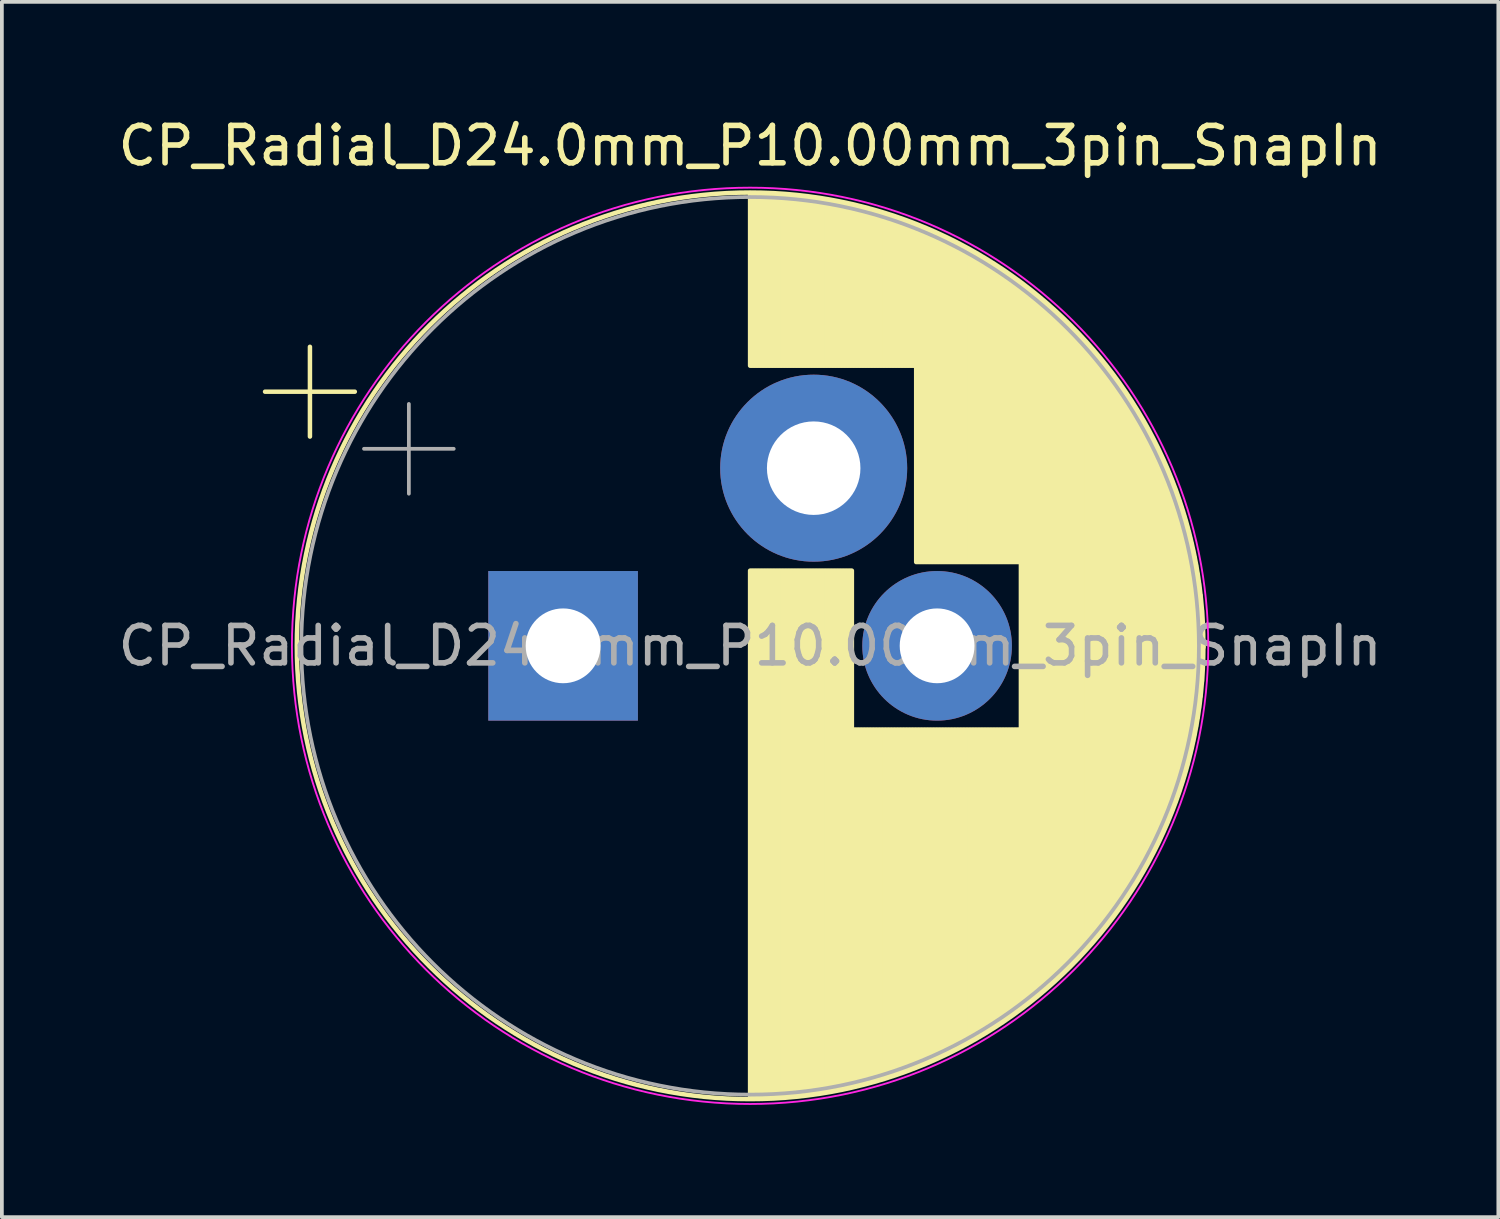
<source format=kicad_pcb>
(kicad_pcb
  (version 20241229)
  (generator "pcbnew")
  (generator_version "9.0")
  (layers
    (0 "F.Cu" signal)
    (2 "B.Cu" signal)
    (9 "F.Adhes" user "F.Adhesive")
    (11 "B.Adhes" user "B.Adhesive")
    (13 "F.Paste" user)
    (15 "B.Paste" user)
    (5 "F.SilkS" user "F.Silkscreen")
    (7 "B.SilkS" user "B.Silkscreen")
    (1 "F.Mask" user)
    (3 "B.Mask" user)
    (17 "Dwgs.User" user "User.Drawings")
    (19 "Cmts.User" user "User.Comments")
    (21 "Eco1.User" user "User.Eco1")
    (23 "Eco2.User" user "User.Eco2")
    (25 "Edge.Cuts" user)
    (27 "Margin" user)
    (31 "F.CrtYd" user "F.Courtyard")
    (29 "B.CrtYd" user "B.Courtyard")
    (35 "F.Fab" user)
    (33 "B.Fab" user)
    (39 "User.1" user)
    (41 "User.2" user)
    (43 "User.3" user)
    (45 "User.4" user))
  (footprint "CP_Radial_D24.0mm_P10.00mm_3pin_SnapIn"
    (layer "F.Cu")
    (at 12.006 14.218)
    (property "Reference" "CP_Radial_D24.0mm_P10.00mm_3pin_SnapIn" (at 5 -13.37 0) (layer "F.SilkS") (effects (font (size 1 1) (thickness 0.15))))
    (attr through_hole)
    (fp_line (start -7.969 -6.795) (end -5.569 -6.795) (stroke (width 0.12) (type solid)) (layer "F.SilkS"))
    (fp_line (start -6.769 -7.995) (end -6.769 -5.595) (stroke (width 0.12) (type solid)) (layer "F.SilkS"))
    (fp_line (start 5 -12.081) (end 5 -7.49) (stroke (width 0.12) (type solid)) (layer "F.SilkS"))
    (fp_line (start 5 -2.01) (end 5 12.081) (stroke (width 0.12) (type solid)) (layer "F.SilkS"))
    (fp_line (start 5.04 -12.08) (end 5.04 -7.49) (stroke (width 0.12) (type solid)) (layer "F.SilkS"))
    (fp_line (start 5.04 -2.01) (end 5.04 12.08) (stroke (width 0.12) (type solid)) (layer "F.SilkS"))
    (fp_line (start 5.08 -12.08) (end 5.08 -7.49) (stroke (width 0.12) (type solid)) (layer "F.SilkS"))
    (fp_line (start 5.08 -2.01) (end 5.08 12.08) (stroke (width 0.12) (type solid)) (layer "F.SilkS"))
    (fp_line (start 5.12 -12.08) (end 5.12 -7.49) (stroke (width 0.12) (type solid)) (layer "F.SilkS"))
    (fp_line (start 5.12 -2.01) (end 5.12 12.08) (stroke (width 0.12) (type solid)) (layer "F.SilkS"))
    (fp_line (start 5.16 -12.079) (end 5.16 -7.49) (stroke (width 0.12) (type solid)) (layer "F.SilkS"))
    (fp_line (start 5.16 -2.01) (end 5.16 12.079) (stroke (width 0.12) (type solid)) (layer "F.SilkS"))
    (fp_line (start 5.2 -12.079) (end 5.2 -7.49) (stroke (width 0.12) (type solid)) (layer "F.SilkS"))
    (fp_line (start 5.2 -2.01) (end 5.2 12.079) (stroke (width 0.12) (type solid)) (layer "F.SilkS"))
    (fp_line (start 5.24 -12.078) (end 5.24 -7.49) (stroke (width 0.12) (type solid)) (layer "F.SilkS"))
    (fp_line (start 5.24 -2.01) (end 5.24 12.078) (stroke (width 0.12) (type solid)) (layer "F.SilkS"))
    (fp_line (start 5.28 -12.077) (end 5.28 -7.49) (stroke (width 0.12) (type solid)) (layer "F.SilkS"))
    (fp_line (start 5.28 -2.01) (end 5.28 12.077) (stroke (width 0.12) (type solid)) (layer "F.SilkS"))
    (fp_line (start 5.32 -12.076) (end 5.32 -7.49) (stroke (width 0.12) (type solid)) (layer "F.SilkS"))
    (fp_line (start 5.32 -2.01) (end 5.32 12.076) (stroke (width 0.12) (type solid)) (layer "F.SilkS"))
    (fp_line (start 5.36 -12.075) (end 5.36 -7.49) (stroke (width 0.12) (type solid)) (layer "F.SilkS"))
    (fp_line (start 5.36 -2.01) (end 5.36 12.075) (stroke (width 0.12) (type solid)) (layer "F.SilkS"))
    (fp_line (start 5.4 -12.074) (end 5.4 -7.49) (stroke (width 0.12) (type solid)) (layer "F.SilkS"))
    (fp_line (start 5.4 -2.01) (end 5.4 12.074) (stroke (width 0.12) (type solid)) (layer "F.SilkS"))
    (fp_line (start 5.44 -12.073) (end 5.44 -7.49) (stroke (width 0.12) (type solid)) (layer "F.SilkS"))
    (fp_line (start 5.44 -2.01) (end 5.44 12.073) (stroke (width 0.12) (type solid)) (layer "F.SilkS"))
    (fp_line (start 5.48 -12.071) (end 5.48 -7.49) (stroke (width 0.12) (type solid)) (layer "F.SilkS"))
    (fp_line (start 5.48 -2.01) (end 5.48 12.071) (stroke (width 0.12) (type solid)) (layer "F.SilkS"))
    (fp_line (start 5.52 -12.069) (end 5.52 -7.49) (stroke (width 0.12) (type solid)) (layer "F.SilkS"))
    (fp_line (start 5.52 -2.01) (end 5.52 12.069) (stroke (width 0.12) (type solid)) (layer "F.SilkS"))
    (fp_line (start 5.56 -12.068) (end 5.56 -7.49) (stroke (width 0.12) (type solid)) (layer "F.SilkS"))
    (fp_line (start 5.56 -2.01) (end 5.56 12.068) (stroke (width 0.12) (type solid)) (layer "F.SilkS"))
    (fp_line (start 5.6 -12.066) (end 5.6 -7.49) (stroke (width 0.12) (type solid)) (layer "F.SilkS"))
    (fp_line (start 5.6 -2.01) (end 5.6 12.066) (stroke (width 0.12) (type solid)) (layer "F.SilkS"))
    (fp_line (start 5.64 -12.064) (end 5.64 -7.49) (stroke (width 0.12) (type solid)) (layer "F.SilkS"))
    (fp_line (start 5.64 -2.01) (end 5.64 12.064) (stroke (width 0.12) (type solid)) (layer "F.SilkS"))
    (fp_line (start 5.68 -12.061) (end 5.68 -7.49) (stroke (width 0.12) (type solid)) (layer "F.SilkS"))
    (fp_line (start 5.68 -2.01) (end 5.68 12.061) (stroke (width 0.12) (type solid)) (layer "F.SilkS"))
    (fp_line (start 5.721 -12.059) (end 5.721 -7.49) (stroke (width 0.12) (type solid)) (layer "F.SilkS"))
    (fp_line (start 5.721 -2.01) (end 5.721 12.059) (stroke (width 0.12) (type solid)) (layer "F.SilkS"))
    (fp_line (start 5.761 -12.057) (end 5.761 -7.49) (stroke (width 0.12) (type solid)) (layer "F.SilkS"))
    (fp_line (start 5.761 -2.01) (end 5.761 12.057) (stroke (width 0.12) (type solid)) (layer "F.SilkS"))
    (fp_line (start 5.801 -12.054) (end 5.801 -7.49) (stroke (width 0.12) (type solid)) (layer "F.SilkS"))
    (fp_line (start 5.801 -2.01) (end 5.801 12.054) (stroke (width 0.12) (type solid)) (layer "F.SilkS"))
    (fp_line (start 5.841 -12.051) (end 5.841 -7.49) (stroke (width 0.12) (type solid)) (layer "F.SilkS"))
    (fp_line (start 5.841 -2.01) (end 5.841 12.051) (stroke (width 0.12) (type solid)) (layer "F.SilkS"))
    (fp_line (start 5.881 -12.049) (end 5.881 -7.49) (stroke (width 0.12) (type solid)) (layer "F.SilkS"))
    (fp_line (start 5.881 -2.01) (end 5.881 12.049) (stroke (width 0.12) (type solid)) (layer "F.SilkS"))
    (fp_line (start 5.921 -12.046) (end 5.921 -7.49) (stroke (width 0.12) (type solid)) (layer "F.SilkS"))
    (fp_line (start 5.921 -2.01) (end 5.921 12.046) (stroke (width 0.12) (type solid)) (layer "F.SilkS"))
    (fp_line (start 5.961 -12.042) (end 5.961 -7.49) (stroke (width 0.12) (type solid)) (layer "F.SilkS"))
    (fp_line (start 5.961 -2.01) (end 5.961 12.042) (stroke (width 0.12) (type solid)) (layer "F.SilkS"))
    (fp_line (start 6.001 -12.039) (end 6.001 -7.49) (stroke (width 0.12) (type solid)) (layer "F.SilkS"))
    (fp_line (start 6.001 -2.01) (end 6.001 12.039) (stroke (width 0.12) (type solid)) (layer "F.SilkS"))
    (fp_line (start 6.041 -12.036) (end 6.041 -7.49) (stroke (width 0.12) (type solid)) (layer "F.SilkS"))
    (fp_line (start 6.041 -2.01) (end 6.041 12.036) (stroke (width 0.12) (type solid)) (layer "F.SilkS"))
    (fp_line (start 6.081 -12.032) (end 6.081 -7.49) (stroke (width 0.12) (type solid)) (layer "F.SilkS"))
    (fp_line (start 6.081 -2.01) (end 6.081 12.032) (stroke (width 0.12) (type solid)) (layer "F.SilkS"))
    (fp_line (start 6.121 -12.029) (end 6.121 -7.49) (stroke (width 0.12) (type solid)) (layer "F.SilkS"))
    (fp_line (start 6.121 -2.01) (end 6.121 12.029) (stroke (width 0.12) (type solid)) (layer "F.SilkS"))
    (fp_line (start 6.161 -12.025) (end 6.161 -7.49) (stroke (width 0.12) (type solid)) (layer "F.SilkS"))
    (fp_line (start 6.161 -2.01) (end 6.161 12.025) (stroke (width 0.12) (type solid)) (layer "F.SilkS"))
    (fp_line (start 6.201 -12.021) (end 6.201 -7.49) (stroke (width 0.12) (type solid)) (layer "F.SilkS"))
    (fp_line (start 6.201 -2.01) (end 6.201 12.021) (stroke (width 0.12) (type solid)) (layer "F.SilkS"))
    (fp_line (start 6.241 -12.017) (end 6.241 -7.49) (stroke (width 0.12) (type solid)) (layer "F.SilkS"))
    (fp_line (start 6.241 -2.01) (end 6.241 12.017) (stroke (width 0.12) (type solid)) (layer "F.SilkS"))
    (fp_line (start 6.281 -12.013) (end 6.281 -7.49) (stroke (width 0.12) (type solid)) (layer "F.SilkS"))
    (fp_line (start 6.281 -2.01) (end 6.281 12.013) (stroke (width 0.12) (type solid)) (layer "F.SilkS"))
    (fp_line (start 6.321 -12.008) (end 6.321 -7.49) (stroke (width 0.12) (type solid)) (layer "F.SilkS"))
    (fp_line (start 6.321 -2.01) (end 6.321 12.008) (stroke (width 0.12) (type solid)) (layer "F.SilkS"))
    (fp_line (start 6.361 -12.004) (end 6.361 -7.49) (stroke (width 0.12) (type solid)) (layer "F.SilkS"))
    (fp_line (start 6.361 -2.01) (end 6.361 12.004) (stroke (width 0.12) (type solid)) (layer "F.SilkS"))
    (fp_line (start 6.401 -11.999) (end 6.401 -7.49) (stroke (width 0.12) (type solid)) (layer "F.SilkS"))
    (fp_line (start 6.401 -2.01) (end 6.401 11.999) (stroke (width 0.12) (type solid)) (layer "F.SilkS"))
    (fp_line (start 6.441 -11.995) (end 6.441 -7.49) (stroke (width 0.12) (type solid)) (layer "F.SilkS"))
    (fp_line (start 6.441 -2.01) (end 6.441 11.995) (stroke (width 0.12) (type solid)) (layer "F.SilkS"))
    (fp_line (start 6.481 -11.99) (end 6.481 -7.49) (stroke (width 0.12) (type solid)) (layer "F.SilkS"))
    (fp_line (start 6.481 -2.01) (end 6.481 11.99) (stroke (width 0.12) (type solid)) (layer "F.SilkS"))
    (fp_line (start 6.521 -11.985) (end 6.521 -7.49) (stroke (width 0.12) (type solid)) (layer "F.SilkS"))
    (fp_line (start 6.521 -2.01) (end 6.521 11.985) (stroke (width 0.12) (type solid)) (layer "F.SilkS"))
    (fp_line (start 6.561 -11.98) (end 6.561 -7.49) (stroke (width 0.12) (type solid)) (layer "F.SilkS"))
    (fp_line (start 6.561 -2.01) (end 6.561 11.98) (stroke (width 0.12) (type solid)) (layer "F.SilkS"))
    (fp_line (start 6.601 -11.974) (end 6.601 -7.49) (stroke (width 0.12) (type solid)) (layer "F.SilkS"))
    (fp_line (start 6.601 -2.01) (end 6.601 11.974) (stroke (width 0.12) (type solid)) (layer "F.SilkS"))
    (fp_line (start 6.641 -11.969) (end 6.641 -7.49) (stroke (width 0.12) (type solid)) (layer "F.SilkS"))
    (fp_line (start 6.641 -2.01) (end 6.641 11.969) (stroke (width 0.12) (type solid)) (layer "F.SilkS"))
    (fp_line (start 6.681 -11.963) (end 6.681 -7.49) (stroke (width 0.12) (type solid)) (layer "F.SilkS"))
    (fp_line (start 6.681 -2.01) (end 6.681 11.963) (stroke (width 0.12) (type solid)) (layer "F.SilkS"))
    (fp_line (start 6.721 -11.958) (end 6.721 -7.49) (stroke (width 0.12) (type solid)) (layer "F.SilkS"))
    (fp_line (start 6.721 -2.01) (end 6.721 11.958) (stroke (width 0.12) (type solid)) (layer "F.SilkS"))
    (fp_line (start 6.761 -11.952) (end 6.761 -7.49) (stroke (width 0.12) (type solid)) (layer "F.SilkS"))
    (fp_line (start 6.761 -2.01) (end 6.761 11.952) (stroke (width 0.12) (type solid)) (layer "F.SilkS"))
    (fp_line (start 6.801 -11.946) (end 6.801 -7.49) (stroke (width 0.12) (type solid)) (layer "F.SilkS"))
    (fp_line (start 6.801 -2.01) (end 6.801 11.946) (stroke (width 0.12) (type solid)) (layer "F.SilkS"))
    (fp_line (start 6.841 -11.94) (end 6.841 -7.49) (stroke (width 0.12) (type solid)) (layer "F.SilkS"))
    (fp_line (start 6.841 -2.01) (end 6.841 11.94) (stroke (width 0.12) (type solid)) (layer "F.SilkS"))
    (fp_line (start 6.881 -11.934) (end 6.881 -7.49) (stroke (width 0.12) (type solid)) (layer "F.SilkS"))
    (fp_line (start 6.881 -2.01) (end 6.881 11.934) (stroke (width 0.12) (type solid)) (layer "F.SilkS"))
    (fp_line (start 6.921 -11.927) (end 6.921 -7.49) (stroke (width 0.12) (type solid)) (layer "F.SilkS"))
    (fp_line (start 6.921 -2.01) (end 6.921 11.927) (stroke (width 0.12) (type solid)) (layer "F.SilkS"))
    (fp_line (start 6.961 -11.921) (end 6.961 -7.49) (stroke (width 0.12) (type solid)) (layer "F.SilkS"))
    (fp_line (start 6.961 -2.01) (end 6.961 11.921) (stroke (width 0.12) (type solid)) (layer "F.SilkS"))
    (fp_line (start 7.001 -11.914) (end 7.001 -7.49) (stroke (width 0.12) (type solid)) (layer "F.SilkS"))
    (fp_line (start 7.001 -2.01) (end 7.001 11.914) (stroke (width 0.12) (type solid)) (layer "F.SilkS"))
    (fp_line (start 7.041 -11.908) (end 7.041 -7.49) (stroke (width 0.12) (type solid)) (layer "F.SilkS"))
    (fp_line (start 7.041 -2.01) (end 7.041 11.908) (stroke (width 0.12) (type solid)) (layer "F.SilkS"))
    (fp_line (start 7.081 -11.901) (end 7.081 -7.49) (stroke (width 0.12) (type solid)) (layer "F.SilkS"))
    (fp_line (start 7.081 -2.01) (end 7.081 11.901) (stroke (width 0.12) (type solid)) (layer "F.SilkS"))
    (fp_line (start 7.121 -11.894) (end 7.121 -7.49) (stroke (width 0.12) (type solid)) (layer "F.SilkS"))
    (fp_line (start 7.121 -2.01) (end 7.121 11.894) (stroke (width 0.12) (type solid)) (layer "F.SilkS"))
    (fp_line (start 7.161 -11.886) (end 7.161 -7.49) (stroke (width 0.12) (type solid)) (layer "F.SilkS"))
    (fp_line (start 7.161 -2.01) (end 7.161 11.886) (stroke (width 0.12) (type solid)) (layer "F.SilkS"))
    (fp_line (start 7.201 -11.879) (end 7.201 -7.49) (stroke (width 0.12) (type solid)) (layer "F.SilkS"))
    (fp_line (start 7.201 -2.01) (end 7.201 11.879) (stroke (width 0.12) (type solid)) (layer "F.SilkS"))
    (fp_line (start 7.241 -11.872) (end 7.241 -7.49) (stroke (width 0.12) (type solid)) (layer "F.SilkS"))
    (fp_line (start 7.241 -2.01) (end 7.241 11.872) (stroke (width 0.12) (type solid)) (layer "F.SilkS"))
    (fp_line (start 7.281 -11.864) (end 7.281 -7.49) (stroke (width 0.12) (type solid)) (layer "F.SilkS"))
    (fp_line (start 7.281 -2.01) (end 7.281 11.864) (stroke (width 0.12) (type solid)) (layer "F.SilkS"))
    (fp_line (start 7.321 -11.856) (end 7.321 -7.49) (stroke (width 0.12) (type solid)) (layer "F.SilkS"))
    (fp_line (start 7.321 -2.01) (end 7.321 11.856) (stroke (width 0.12) (type solid)) (layer "F.SilkS"))
    (fp_line (start 7.361 -11.849) (end 7.361 -7.49) (stroke (width 0.12) (type solid)) (layer "F.SilkS"))
    (fp_line (start 7.361 -2.01) (end 7.361 11.849) (stroke (width 0.12) (type solid)) (layer "F.SilkS"))
    (fp_line (start 7.401 -11.841) (end 7.401 -7.49) (stroke (width 0.12) (type solid)) (layer "F.SilkS"))
    (fp_line (start 7.401 -2.01) (end 7.401 11.841) (stroke (width 0.12) (type solid)) (layer "F.SilkS"))
    (fp_line (start 7.441 -11.832) (end 7.441 -7.49) (stroke (width 0.12) (type solid)) (layer "F.SilkS"))
    (fp_line (start 7.441 -2.01) (end 7.441 11.832) (stroke (width 0.12) (type solid)) (layer "F.SilkS"))
    (fp_line (start 7.481 -11.824) (end 7.481 -7.49) (stroke (width 0.12) (type solid)) (layer "F.SilkS"))
    (fp_line (start 7.481 -2.01) (end 7.481 11.824) (stroke (width 0.12) (type solid)) (layer "F.SilkS"))
    (fp_line (start 7.521 -11.816) (end 7.521 -7.49) (stroke (width 0.12) (type solid)) (layer "F.SilkS"))
    (fp_line (start 7.521 -2.01) (end 7.521 11.816) (stroke (width 0.12) (type solid)) (layer "F.SilkS"))
    (fp_line (start 7.561 -11.807) (end 7.561 -7.49) (stroke (width 0.12) (type solid)) (layer "F.SilkS"))
    (fp_line (start 7.561 -2.01) (end 7.561 11.807) (stroke (width 0.12) (type solid)) (layer "F.SilkS"))
    (fp_line (start 7.601 -11.798) (end 7.601 -7.49) (stroke (width 0.12) (type solid)) (layer "F.SilkS"))
    (fp_line (start 7.601 -2.01) (end 7.601 11.798) (stroke (width 0.12) (type solid)) (layer "F.SilkS"))
    (fp_line (start 7.641 -11.789) (end 7.641 -7.49) (stroke (width 0.12) (type solid)) (layer "F.SilkS"))
    (fp_line (start 7.641 -2.01) (end 7.641 11.789) (stroke (width 0.12) (type solid)) (layer "F.SilkS"))
    (fp_line (start 7.681 -11.78) (end 7.681 -7.49) (stroke (width 0.12) (type solid)) (layer "F.SilkS"))
    (fp_line (start 7.681 -2.01) (end 7.681 11.78) (stroke (width 0.12) (type solid)) (layer "F.SilkS"))
    (fp_line (start 7.721 -11.771) (end 7.721 -7.49) (stroke (width 0.12) (type solid)) (layer "F.SilkS"))
    (fp_line (start 7.721 -2.01) (end 7.721 11.771) (stroke (width 0.12) (type solid)) (layer "F.SilkS"))
    (fp_line (start 7.761 -11.762) (end 7.761 -7.49) (stroke (width 0.12) (type solid)) (layer "F.SilkS"))
    (fp_line (start 7.761 2.24) (end 7.761 11.762) (stroke (width 0.12) (type solid)) (layer "F.SilkS"))
    (fp_line (start 7.801 -11.753) (end 7.801 -7.49) (stroke (width 0.12) (type solid)) (layer "F.SilkS"))
    (fp_line (start 7.801 2.24) (end 7.801 11.753) (stroke (width 0.12) (type solid)) (layer "F.SilkS"))
    (fp_line (start 7.841 -11.743) (end 7.841 -7.49) (stroke (width 0.12) (type solid)) (layer "F.SilkS"))
    (fp_line (start 7.841 2.24) (end 7.841 11.743) (stroke (width 0.12) (type solid)) (layer "F.SilkS"))
    (fp_line (start 7.881 -11.733) (end 7.881 -7.49) (stroke (width 0.12) (type solid)) (layer "F.SilkS"))
    (fp_line (start 7.881 2.24) (end 7.881 11.733) (stroke (width 0.12) (type solid)) (layer "F.SilkS"))
    (fp_line (start 7.921 -11.723) (end 7.921 -7.49) (stroke (width 0.12) (type solid)) (layer "F.SilkS"))
    (fp_line (start 7.921 2.24) (end 7.921 11.723) (stroke (width 0.12) (type solid)) (layer "F.SilkS"))
    (fp_line (start 7.961 -11.713) (end 7.961 -7.49) (stroke (width 0.12) (type solid)) (layer "F.SilkS"))
    (fp_line (start 7.961 2.24) (end 7.961 11.713) (stroke (width 0.12) (type solid)) (layer "F.SilkS"))
    (fp_line (start 8.001 -11.703) (end 8.001 -7.49) (stroke (width 0.12) (type solid)) (layer "F.SilkS"))
    (fp_line (start 8.001 2.24) (end 8.001 11.703) (stroke (width 0.12) (type solid)) (layer "F.SilkS"))
    (fp_line (start 8.041 -11.693) (end 8.041 -7.49) (stroke (width 0.12) (type solid)) (layer "F.SilkS"))
    (fp_line (start 8.041 2.24) (end 8.041 11.693) (stroke (width 0.12) (type solid)) (layer "F.SilkS"))
    (fp_line (start 8.081 -11.683) (end 8.081 -7.49) (stroke (width 0.12) (type solid)) (layer "F.SilkS"))
    (fp_line (start 8.081 2.24) (end 8.081 11.683) (stroke (width 0.12) (type solid)) (layer "F.SilkS"))
    (fp_line (start 8.121 -11.672) (end 8.121 -7.49) (stroke (width 0.12) (type solid)) (layer "F.SilkS"))
    (fp_line (start 8.121 2.24) (end 8.121 11.672) (stroke (width 0.12) (type solid)) (layer "F.SilkS"))
    (fp_line (start 8.161 -11.661) (end 8.161 -7.49) (stroke (width 0.12) (type solid)) (layer "F.SilkS"))
    (fp_line (start 8.161 2.24) (end 8.161 11.661) (stroke (width 0.12) (type solid)) (layer "F.SilkS"))
    (fp_line (start 8.201 -11.65) (end 8.201 -7.49) (stroke (width 0.12) (type solid)) (layer "F.SilkS"))
    (fp_line (start 8.201 2.24) (end 8.201 11.65) (stroke (width 0.12) (type solid)) (layer "F.SilkS"))
    (fp_line (start 8.241 -11.639) (end 8.241 -7.49) (stroke (width 0.12) (type solid)) (layer "F.SilkS"))
    (fp_line (start 8.241 2.24) (end 8.241 11.639) (stroke (width 0.12) (type solid)) (layer "F.SilkS"))
    (fp_line (start 8.281 -11.628) (end 8.281 -7.49) (stroke (width 0.12) (type solid)) (layer "F.SilkS"))
    (fp_line (start 8.281 2.24) (end 8.281 11.628) (stroke (width 0.12) (type solid)) (layer "F.SilkS"))
    (fp_line (start 8.321 -11.617) (end 8.321 -7.49) (stroke (width 0.12) (type solid)) (layer "F.SilkS"))
    (fp_line (start 8.321 2.24) (end 8.321 11.617) (stroke (width 0.12) (type solid)) (layer "F.SilkS"))
    (fp_line (start 8.361 -11.605) (end 8.361 -7.49) (stroke (width 0.12) (type solid)) (layer "F.SilkS"))
    (fp_line (start 8.361 2.24) (end 8.361 11.605) (stroke (width 0.12) (type solid)) (layer "F.SilkS"))
    (fp_line (start 8.401 -11.594) (end 8.401 -7.49) (stroke (width 0.12) (type solid)) (layer "F.SilkS"))
    (fp_line (start 8.401 2.24) (end 8.401 11.594) (stroke (width 0.12) (type solid)) (layer "F.SilkS"))
    (fp_line (start 8.441 -11.582) (end 8.441 -7.49) (stroke (width 0.12) (type solid)) (layer "F.SilkS"))
    (fp_line (start 8.441 2.24) (end 8.441 11.582) (stroke (width 0.12) (type solid)) (layer "F.SilkS"))
    (fp_line (start 8.481 -11.57) (end 8.481 -7.49) (stroke (width 0.12) (type solid)) (layer "F.SilkS"))
    (fp_line (start 8.481 2.24) (end 8.481 11.57) (stroke (width 0.12) (type solid)) (layer "F.SilkS"))
    (fp_line (start 8.521 -11.558) (end 8.521 -7.49) (stroke (width 0.12) (type solid)) (layer "F.SilkS"))
    (fp_line (start 8.521 2.24) (end 8.521 11.558) (stroke (width 0.12) (type solid)) (layer "F.SilkS"))
    (fp_line (start 8.561 -11.546) (end 8.561 -7.49) (stroke (width 0.12) (type solid)) (layer "F.SilkS"))
    (fp_line (start 8.561 2.24) (end 8.561 11.546) (stroke (width 0.12) (type solid)) (layer "F.SilkS"))
    (fp_line (start 8.601 -11.534) (end 8.601 -7.49) (stroke (width 0.12) (type solid)) (layer "F.SilkS"))
    (fp_line (start 8.601 2.24) (end 8.601 11.534) (stroke (width 0.12) (type solid)) (layer "F.SilkS"))
    (fp_line (start 8.641 -11.521) (end 8.641 -7.49) (stroke (width 0.12) (type solid)) (layer "F.SilkS"))
    (fp_line (start 8.641 2.24) (end 8.641 11.521) (stroke (width 0.12) (type solid)) (layer "F.SilkS"))
    (fp_line (start 8.681 -11.508) (end 8.681 -7.49) (stroke (width 0.12) (type solid)) (layer "F.SilkS"))
    (fp_line (start 8.681 2.24) (end 8.681 11.508) (stroke (width 0.12) (type solid)) (layer "F.SilkS"))
    (fp_line (start 8.721 -11.495) (end 8.721 -7.49) (stroke (width 0.12) (type solid)) (layer "F.SilkS"))
    (fp_line (start 8.721 2.24) (end 8.721 11.495) (stroke (width 0.12) (type solid)) (layer "F.SilkS"))
    (fp_line (start 8.761 -11.483) (end 8.761 -7.49) (stroke (width 0.12) (type solid)) (layer "F.SilkS"))
    (fp_line (start 8.761 2.24) (end 8.761 11.483) (stroke (width 0.12) (type solid)) (layer "F.SilkS"))
    (fp_line (start 8.801 -11.469) (end 8.801 -7.49) (stroke (width 0.12) (type solid)) (layer "F.SilkS"))
    (fp_line (start 8.801 2.24) (end 8.801 11.469) (stroke (width 0.12) (type solid)) (layer "F.SilkS"))
    (fp_line (start 8.841 -11.456) (end 8.841 -7.49) (stroke (width 0.12) (type solid)) (layer "F.SilkS"))
    (fp_line (start 8.841 2.24) (end 8.841 11.456) (stroke (width 0.12) (type solid)) (layer "F.SilkS"))
    (fp_line (start 8.881 -11.443) (end 8.881 -7.49) (stroke (width 0.12) (type solid)) (layer "F.SilkS"))
    (fp_line (start 8.881 2.24) (end 8.881 11.443) (stroke (width 0.12) (type solid)) (layer "F.SilkS"))
    (fp_line (start 8.921 -11.429) (end 8.921 -7.49) (stroke (width 0.12) (type solid)) (layer "F.SilkS"))
    (fp_line (start 8.921 2.24) (end 8.921 11.429) (stroke (width 0.12) (type solid)) (layer "F.SilkS"))
    (fp_line (start 8.961 -11.415) (end 8.961 -7.49) (stroke (width 0.12) (type solid)) (layer "F.SilkS"))
    (fp_line (start 8.961 2.24) (end 8.961 11.415) (stroke (width 0.12) (type solid)) (layer "F.SilkS"))
    (fp_line (start 9.001 -11.401) (end 9.001 -7.49) (stroke (width 0.12) (type solid)) (layer "F.SilkS"))
    (fp_line (start 9.001 2.24) (end 9.001 11.401) (stroke (width 0.12) (type solid)) (layer "F.SilkS"))
    (fp_line (start 9.041 -11.387) (end 9.041 -7.49) (stroke (width 0.12) (type solid)) (layer "F.SilkS"))
    (fp_line (start 9.041 2.24) (end 9.041 11.387) (stroke (width 0.12) (type solid)) (layer "F.SilkS"))
    (fp_line (start 9.081 -11.373) (end 9.081 -7.49) (stroke (width 0.12) (type solid)) (layer "F.SilkS"))
    (fp_line (start 9.081 2.24) (end 9.081 11.373) (stroke (width 0.12) (type solid)) (layer "F.SilkS"))
    (fp_line (start 9.121 -11.359) (end 9.121 -7.49) (stroke (width 0.12) (type solid)) (layer "F.SilkS"))
    (fp_line (start 9.121 2.24) (end 9.121 11.359) (stroke (width 0.12) (type solid)) (layer "F.SilkS"))
    (fp_line (start 9.161 -11.344) (end 9.161 -7.49) (stroke (width 0.12) (type solid)) (layer "F.SilkS"))
    (fp_line (start 9.161 2.24) (end 9.161 11.344) (stroke (width 0.12) (type solid)) (layer "F.SilkS"))
    (fp_line (start 9.201 -11.33) (end 9.201 -7.49) (stroke (width 0.12) (type solid)) (layer "F.SilkS"))
    (fp_line (start 9.201 2.24) (end 9.201 11.33) (stroke (width 0.12) (type solid)) (layer "F.SilkS"))
    (fp_line (start 9.241 -11.315) (end 9.241 -7.49) (stroke (width 0.12) (type solid)) (layer "F.SilkS"))
    (fp_line (start 9.241 2.24) (end 9.241 11.315) (stroke (width 0.12) (type solid)) (layer "F.SilkS"))
    (fp_line (start 9.281 -11.3) (end 9.281 -7.49) (stroke (width 0.12) (type solid)) (layer "F.SilkS"))
    (fp_line (start 9.281 2.24) (end 9.281 11.3) (stroke (width 0.12) (type solid)) (layer "F.SilkS"))
    (fp_line (start 9.321 -11.284) (end 9.321 -7.49) (stroke (width 0.12) (type solid)) (layer "F.SilkS"))
    (fp_line (start 9.321 2.24) (end 9.321 11.284) (stroke (width 0.12) (type solid)) (layer "F.SilkS"))
    (fp_line (start 9.361 -11.269) (end 9.361 -7.49) (stroke (width 0.12) (type solid)) (layer "F.SilkS"))
    (fp_line (start 9.361 2.24) (end 9.361 11.269) (stroke (width 0.12) (type solid)) (layer "F.SilkS"))
    (fp_line (start 9.401 -11.254) (end 9.401 -7.49) (stroke (width 0.12) (type solid)) (layer "F.SilkS"))
    (fp_line (start 9.401 2.24) (end 9.401 11.254) (stroke (width 0.12) (type solid)) (layer "F.SilkS"))
    (fp_line (start 9.441 -11.238) (end 9.441 -2.24) (stroke (width 0.12) (type solid)) (layer "F.SilkS"))
    (fp_line (start 9.441 2.24) (end 9.441 11.238) (stroke (width 0.12) (type solid)) (layer "F.SilkS"))
    (fp_line (start 9.481 -11.222) (end 9.481 -2.24) (stroke (width 0.12) (type solid)) (layer "F.SilkS"))
    (fp_line (start 9.481 2.24) (end 9.481 11.222) (stroke (width 0.12) (type solid)) (layer "F.SilkS"))
    (fp_line (start 9.521 -11.206) (end 9.521 -2.24) (stroke (width 0.12) (type solid)) (layer "F.SilkS"))
    (fp_line (start 9.521 2.24) (end 9.521 11.206) (stroke (width 0.12) (type solid)) (layer "F.SilkS"))
    (fp_line (start 9.561 -11.19) (end 9.561 -2.24) (stroke (width 0.12) (type solid)) (layer "F.SilkS"))
    (fp_line (start 9.561 2.24) (end 9.561 11.19) (stroke (width 0.12) (type solid)) (layer "F.SilkS"))
    (fp_line (start 9.601 -11.174) (end 9.601 -2.24) (stroke (width 0.12) (type solid)) (layer "F.SilkS"))
    (fp_line (start 9.601 2.24) (end 9.601 11.174) (stroke (width 0.12) (type solid)) (layer "F.SilkS"))
    (fp_line (start 9.641 -11.157) (end 9.641 -2.24) (stroke (width 0.12) (type solid)) (layer "F.SilkS"))
    (fp_line (start 9.641 2.24) (end 9.641 11.157) (stroke (width 0.12) (type solid)) (layer "F.SilkS"))
    (fp_line (start 9.681 -11.14) (end 9.681 -2.24) (stroke (width 0.12) (type solid)) (layer "F.SilkS"))
    (fp_line (start 9.681 2.24) (end 9.681 11.14) (stroke (width 0.12) (type solid)) (layer "F.SilkS"))
    (fp_line (start 9.721 -11.124) (end 9.721 -2.24) (stroke (width 0.12) (type solid)) (layer "F.SilkS"))
    (fp_line (start 9.721 2.24) (end 9.721 11.124) (stroke (width 0.12) (type solid)) (layer "F.SilkS"))
    (fp_line (start 9.761 -11.107) (end 9.761 -2.24) (stroke (width 0.12) (type solid)) (layer "F.SilkS"))
    (fp_line (start 9.761 2.24) (end 9.761 11.107) (stroke (width 0.12) (type solid)) (layer "F.SilkS"))
    (fp_line (start 9.801 -11.089) (end 9.801 -2.24) (stroke (width 0.12) (type solid)) (layer "F.SilkS"))
    (fp_line (start 9.801 2.24) (end 9.801 11.089) (stroke (width 0.12) (type solid)) (layer "F.SilkS"))
    (fp_line (start 9.841 -11.072) (end 9.841 -2.24) (stroke (width 0.12) (type solid)) (layer "F.SilkS"))
    (fp_line (start 9.841 2.24) (end 9.841 11.072) (stroke (width 0.12) (type solid)) (layer "F.SilkS"))
    (fp_line (start 9.881 -11.055) (end 9.881 -2.24) (stroke (width 0.12) (type solid)) (layer "F.SilkS"))
    (fp_line (start 9.881 2.24) (end 9.881 11.055) (stroke (width 0.12) (type solid)) (layer "F.SilkS"))
    (fp_line (start 9.921 -11.037) (end 9.921 -2.24) (stroke (width 0.12) (type solid)) (layer "F.SilkS"))
    (fp_line (start 9.921 2.24) (end 9.921 11.037) (stroke (width 0.12) (type solid)) (layer "F.SilkS"))
    (fp_line (start 9.961 -11.019) (end 9.961 -2.24) (stroke (width 0.12) (type solid)) (layer "F.SilkS"))
    (fp_line (start 9.961 2.24) (end 9.961 11.019) (stroke (width 0.12) (type solid)) (layer "F.SilkS"))
    (fp_line (start 10.001 -11.001) (end 10.001 -2.24) (stroke (width 0.12) (type solid)) (layer "F.SilkS"))
    (fp_line (start 10.001 2.24) (end 10.001 11.001) (stroke (width 0.12) (type solid)) (layer "F.SilkS"))
    (fp_line (start 10.041 -10.983) (end 10.041 -2.24) (stroke (width 0.12) (type solid)) (layer "F.SilkS"))
    (fp_line (start 10.041 2.24) (end 10.041 10.983) (stroke (width 0.12) (type solid)) (layer "F.SilkS"))
    (fp_line (start 10.081 -10.964) (end 10.081 -2.24) (stroke (width 0.12) (type solid)) (layer "F.SilkS"))
    (fp_line (start 10.081 2.24) (end 10.081 10.964) (stroke (width 0.12) (type solid)) (layer "F.SilkS"))
    (fp_line (start 10.121 -10.946) (end 10.121 -2.24) (stroke (width 0.12) (type solid)) (layer "F.SilkS"))
    (fp_line (start 10.121 2.24) (end 10.121 10.946) (stroke (width 0.12) (type solid)) (layer "F.SilkS"))
    (fp_line (start 10.161 -10.927) (end 10.161 -2.24) (stroke (width 0.12) (type solid)) (layer "F.SilkS"))
    (fp_line (start 10.161 2.24) (end 10.161 10.927) (stroke (width 0.12) (type solid)) (layer "F.SilkS"))
    (fp_line (start 10.201 -10.908) (end 10.201 -2.24) (stroke (width 0.12) (type solid)) (layer "F.SilkS"))
    (fp_line (start 10.201 2.24) (end 10.201 10.908) (stroke (width 0.12) (type solid)) (layer "F.SilkS"))
    (fp_line (start 10.241 -10.889) (end 10.241 -2.24) (stroke (width 0.12) (type solid)) (layer "F.SilkS"))
    (fp_line (start 10.241 2.24) (end 10.241 10.889) (stroke (width 0.12) (type solid)) (layer "F.SilkS"))
    (fp_line (start 10.281 -10.87) (end 10.281 -2.24) (stroke (width 0.12) (type solid)) (layer "F.SilkS"))
    (fp_line (start 10.281 2.24) (end 10.281 10.87) (stroke (width 0.12) (type solid)) (layer "F.SilkS"))
    (fp_line (start 10.321 -10.85) (end 10.321 -2.24) (stroke (width 0.12) (type solid)) (layer "F.SilkS"))
    (fp_line (start 10.321 2.24) (end 10.321 10.85) (stroke (width 0.12) (type solid)) (layer "F.SilkS"))
    (fp_line (start 10.361 -10.831) (end 10.361 -2.24) (stroke (width 0.12) (type solid)) (layer "F.SilkS"))
    (fp_line (start 10.361 2.24) (end 10.361 10.831) (stroke (width 0.12) (type solid)) (layer "F.SilkS"))
    (fp_line (start 10.401 -10.811) (end 10.401 -2.24) (stroke (width 0.12) (type solid)) (layer "F.SilkS"))
    (fp_line (start 10.401 2.24) (end 10.401 10.811) (stroke (width 0.12) (type solid)) (layer "F.SilkS"))
    (fp_line (start 10.441 -10.791) (end 10.441 -2.24) (stroke (width 0.12) (type solid)) (layer "F.SilkS"))
    (fp_line (start 10.441 2.24) (end 10.441 10.791) (stroke (width 0.12) (type solid)) (layer "F.SilkS"))
    (fp_line (start 10.481 -10.771) (end 10.481 -2.24) (stroke (width 0.12) (type solid)) (layer "F.SilkS"))
    (fp_line (start 10.481 2.24) (end 10.481 10.771) (stroke (width 0.12) (type solid)) (layer "F.SilkS"))
    (fp_line (start 10.521 -10.75) (end 10.521 -2.24) (stroke (width 0.12) (type solid)) (layer "F.SilkS"))
    (fp_line (start 10.521 2.24) (end 10.521 10.75) (stroke (width 0.12) (type solid)) (layer "F.SilkS"))
    (fp_line (start 10.561 -10.73) (end 10.561 -2.24) (stroke (width 0.12) (type solid)) (layer "F.SilkS"))
    (fp_line (start 10.561 2.24) (end 10.561 10.73) (stroke (width 0.12) (type solid)) (layer "F.SilkS"))
    (fp_line (start 10.601 -10.709) (end 10.601 -2.24) (stroke (width 0.12) (type solid)) (layer "F.SilkS"))
    (fp_line (start 10.601 2.24) (end 10.601 10.709) (stroke (width 0.12) (type solid)) (layer "F.SilkS"))
    (fp_line (start 10.641 -10.688) (end 10.641 -2.24) (stroke (width 0.12) (type solid)) (layer "F.SilkS"))
    (fp_line (start 10.641 2.24) (end 10.641 10.688) (stroke (width 0.12) (type solid)) (layer "F.SilkS"))
    (fp_line (start 10.681 -10.667) (end 10.681 -2.24) (stroke (width 0.12) (type solid)) (layer "F.SilkS"))
    (fp_line (start 10.681 2.24) (end 10.681 10.667) (stroke (width 0.12) (type solid)) (layer "F.SilkS"))
    (fp_line (start 10.721 -10.646) (end 10.721 -2.24) (stroke (width 0.12) (type solid)) (layer "F.SilkS"))
    (fp_line (start 10.721 2.24) (end 10.721 10.646) (stroke (width 0.12) (type solid)) (layer "F.SilkS"))
    (fp_line (start 10.761 -10.624) (end 10.761 -2.24) (stroke (width 0.12) (type solid)) (layer "F.SilkS"))
    (fp_line (start 10.761 2.24) (end 10.761 10.624) (stroke (width 0.12) (type solid)) (layer "F.SilkS"))
    (fp_line (start 10.801 -10.603) (end 10.801 -2.24) (stroke (width 0.12) (type solid)) (layer "F.SilkS"))
    (fp_line (start 10.801 2.24) (end 10.801 10.603) (stroke (width 0.12) (type solid)) (layer "F.SilkS"))
    (fp_line (start 10.841 -10.581) (end 10.841 -2.24) (stroke (width 0.12) (type solid)) (layer "F.SilkS"))
    (fp_line (start 10.841 2.24) (end 10.841 10.581) (stroke (width 0.12) (type solid)) (layer "F.SilkS"))
    (fp_line (start 10.881 -10.559) (end 10.881 -2.24) (stroke (width 0.12) (type solid)) (layer "F.SilkS"))
    (fp_line (start 10.881 2.24) (end 10.881 10.559) (stroke (width 0.12) (type solid)) (layer "F.SilkS"))
    (fp_line (start 10.921 -10.536) (end 10.921 -2.24) (stroke (width 0.12) (type solid)) (layer "F.SilkS"))
    (fp_line (start 10.921 2.24) (end 10.921 10.536) (stroke (width 0.12) (type solid)) (layer "F.SilkS"))
    (fp_line (start 10.961 -10.514) (end 10.961 -2.24) (stroke (width 0.12) (type solid)) (layer "F.SilkS"))
    (fp_line (start 10.961 2.24) (end 10.961 10.514) (stroke (width 0.12) (type solid)) (layer "F.SilkS"))
    (fp_line (start 11.001 -10.491) (end 11.001 -2.24) (stroke (width 0.12) (type solid)) (layer "F.SilkS"))
    (fp_line (start 11.001 2.24) (end 11.001 10.491) (stroke (width 0.12) (type solid)) (layer "F.SilkS"))
    (fp_line (start 11.041 -10.468) (end 11.041 -2.24) (stroke (width 0.12) (type solid)) (layer "F.SilkS"))
    (fp_line (start 11.041 2.24) (end 11.041 10.468) (stroke (width 0.12) (type solid)) (layer "F.SilkS"))
    (fp_line (start 11.081 -10.445) (end 11.081 -2.24) (stroke (width 0.12) (type solid)) (layer "F.SilkS"))
    (fp_line (start 11.081 2.24) (end 11.081 10.445) (stroke (width 0.12) (type solid)) (layer "F.SilkS"))
    (fp_line (start 11.121 -10.422) (end 11.121 -2.24) (stroke (width 0.12) (type solid)) (layer "F.SilkS"))
    (fp_line (start 11.121 2.24) (end 11.121 10.422) (stroke (width 0.12) (type solid)) (layer "F.SilkS"))
    (fp_line (start 11.161 -10.398) (end 11.161 -2.24) (stroke (width 0.12) (type solid)) (layer "F.SilkS"))
    (fp_line (start 11.161 2.24) (end 11.161 10.398) (stroke (width 0.12) (type solid)) (layer "F.SilkS"))
    (fp_line (start 11.201 -10.375) (end 11.201 -2.24) (stroke (width 0.12) (type solid)) (layer "F.SilkS"))
    (fp_line (start 11.201 2.24) (end 11.201 10.375) (stroke (width 0.12) (type solid)) (layer "F.SilkS"))
    (fp_line (start 11.241 -10.351) (end 11.241 -2.24) (stroke (width 0.12) (type solid)) (layer "F.SilkS"))
    (fp_line (start 11.241 2.24) (end 11.241 10.351) (stroke (width 0.12) (type solid)) (layer "F.SilkS"))
    (fp_line (start 11.281 -10.327) (end 11.281 -2.24) (stroke (width 0.12) (type solid)) (layer "F.SilkS"))
    (fp_line (start 11.281 2.24) (end 11.281 10.327) (stroke (width 0.12) (type solid)) (layer "F.SilkS"))
    (fp_line (start 11.321 -10.302) (end 11.321 -2.24) (stroke (width 0.12) (type solid)) (layer "F.SilkS"))
    (fp_line (start 11.321 2.24) (end 11.321 10.302) (stroke (width 0.12) (type solid)) (layer "F.SilkS"))
    (fp_line (start 11.361 -10.278) (end 11.361 -2.24) (stroke (width 0.12) (type solid)) (layer "F.SilkS"))
    (fp_line (start 11.361 2.24) (end 11.361 10.278) (stroke (width 0.12) (type solid)) (layer "F.SilkS"))
    (fp_line (start 11.401 -10.253) (end 11.401 -2.24) (stroke (width 0.12) (type solid)) (layer "F.SilkS"))
    (fp_line (start 11.401 2.24) (end 11.401 10.253) (stroke (width 0.12) (type solid)) (layer "F.SilkS"))
    (fp_line (start 11.441 -10.228) (end 11.441 -2.24) (stroke (width 0.12) (type solid)) (layer "F.SilkS"))
    (fp_line (start 11.441 2.24) (end 11.441 10.228) (stroke (width 0.12) (type solid)) (layer "F.SilkS"))
    (fp_line (start 11.481 -10.203) (end 11.481 -2.24) (stroke (width 0.12) (type solid)) (layer "F.SilkS"))
    (fp_line (start 11.481 2.24) (end 11.481 10.203) (stroke (width 0.12) (type solid)) (layer "F.SilkS"))
    (fp_line (start 11.521 -10.177) (end 11.521 -2.24) (stroke (width 0.12) (type solid)) (layer "F.SilkS"))
    (fp_line (start 11.521 2.24) (end 11.521 10.177) (stroke (width 0.12) (type solid)) (layer "F.SilkS"))
    (fp_line (start 11.561 -10.152) (end 11.561 -2.24) (stroke (width 0.12) (type solid)) (layer "F.SilkS"))
    (fp_line (start 11.561 2.24) (end 11.561 10.152) (stroke (width 0.12) (type solid)) (layer "F.SilkS"))
    (fp_line (start 11.601 -10.126) (end 11.601 -2.24) (stroke (width 0.12) (type solid)) (layer "F.SilkS"))
    (fp_line (start 11.601 2.24) (end 11.601 10.126) (stroke (width 0.12) (type solid)) (layer "F.SilkS"))
    (fp_line (start 11.641 -10.1) (end 11.641 -2.24) (stroke (width 0.12) (type solid)) (layer "F.SilkS"))
    (fp_line (start 11.641 2.24) (end 11.641 10.1) (stroke (width 0.12) (type solid)) (layer "F.SilkS"))
    (fp_line (start 11.681 -10.073) (end 11.681 -2.24) (stroke (width 0.12) (type solid)) (layer "F.SilkS"))
    (fp_line (start 11.681 2.24) (end 11.681 10.073) (stroke (width 0.12) (type solid)) (layer "F.SilkS"))
    (fp_line (start 11.721 -10.047) (end 11.721 -2.24) (stroke (width 0.12) (type solid)) (layer "F.SilkS"))
    (fp_line (start 11.721 2.24) (end 11.721 10.047) (stroke (width 0.12) (type solid)) (layer "F.SilkS"))
    (fp_line (start 11.761 -10.02) (end 11.761 -2.24) (stroke (width 0.12) (type solid)) (layer "F.SilkS"))
    (fp_line (start 11.761 2.24) (end 11.761 10.02) (stroke (width 0.12) (type solid)) (layer "F.SilkS"))
    (fp_line (start 11.801 -9.993) (end 11.801 -2.24) (stroke (width 0.12) (type solid)) (layer "F.SilkS"))
    (fp_line (start 11.801 2.24) (end 11.801 9.993) (stroke (width 0.12) (type solid)) (layer "F.SilkS"))
    (fp_line (start 11.841 -9.966) (end 11.841 -2.24) (stroke (width 0.12) (type solid)) (layer "F.SilkS"))
    (fp_line (start 11.841 2.24) (end 11.841 9.966) (stroke (width 0.12) (type solid)) (layer "F.SilkS"))
    (fp_line (start 11.881 -9.938) (end 11.881 -2.24) (stroke (width 0.12) (type solid)) (layer "F.SilkS"))
    (fp_line (start 11.881 2.24) (end 11.881 9.938) (stroke (width 0.12) (type solid)) (layer "F.SilkS"))
    (fp_line (start 11.921 -9.911) (end 11.921 -2.24) (stroke (width 0.12) (type solid)) (layer "F.SilkS"))
    (fp_line (start 11.921 2.24) (end 11.921 9.911) (stroke (width 0.12) (type solid)) (layer "F.SilkS"))
    (fp_line (start 11.961 -9.883) (end 11.961 -2.24) (stroke (width 0.12) (type solid)) (layer "F.SilkS"))
    (fp_line (start 11.961 2.24) (end 11.961 9.883) (stroke (width 0.12) (type solid)) (layer "F.SilkS"))
    (fp_line (start 12.001 -9.855) (end 12.001 -2.24) (stroke (width 0.12) (type solid)) (layer "F.SilkS"))
    (fp_line (start 12.001 2.24) (end 12.001 9.855) (stroke (width 0.12) (type solid)) (layer "F.SilkS"))
    (fp_line (start 12.041 -9.826) (end 12.041 -2.24) (stroke (width 0.12) (type solid)) (layer "F.SilkS"))
    (fp_line (start 12.041 2.24) (end 12.041 9.826) (stroke (width 0.12) (type solid)) (layer "F.SilkS"))
    (fp_line (start 12.081 -9.798) (end 12.081 -2.24) (stroke (width 0.12) (type solid)) (layer "F.SilkS"))
    (fp_line (start 12.081 2.24) (end 12.081 9.798) (stroke (width 0.12) (type solid)) (layer "F.SilkS"))
    (fp_line (start 12.121 -9.769) (end 12.121 -2.24) (stroke (width 0.12) (type solid)) (layer "F.SilkS"))
    (fp_line (start 12.121 2.24) (end 12.121 9.769) (stroke (width 0.12) (type solid)) (layer "F.SilkS"))
    (fp_line (start 12.161 -9.739) (end 12.161 -2.24) (stroke (width 0.12) (type solid)) (layer "F.SilkS"))
    (fp_line (start 12.161 2.24) (end 12.161 9.739) (stroke (width 0.12) (type solid)) (layer "F.SilkS"))
    (fp_line (start 12.201 -9.71) (end 12.201 -2.24) (stroke (width 0.12) (type solid)) (layer "F.SilkS"))
    (fp_line (start 12.201 2.24) (end 12.201 9.71) (stroke (width 0.12) (type solid)) (layer "F.SilkS"))
    (fp_line (start 12.241 -9.68) (end 12.241 9.68) (stroke (width 0.12) (type solid)) (layer "F.SilkS"))
    (fp_line (start 12.281 -9.65) (end 12.281 9.65) (stroke (width 0.12) (type solid)) (layer "F.SilkS"))
    (fp_line (start 12.321 -9.62) (end 12.321 9.62) (stroke (width 0.12) (type solid)) (layer "F.SilkS"))
    (fp_line (start 12.361 -9.59) (end 12.361 9.59) (stroke (width 0.12) (type solid)) (layer "F.SilkS"))
    (fp_line (start 12.401 -9.559) (end 12.401 9.559) (stroke (width 0.12) (type solid)) (layer "F.SilkS"))
    (fp_line (start 12.441 -9.528) (end 12.441 9.528) (stroke (width 0.12) (type solid)) (layer "F.SilkS"))
    (fp_line (start 12.481 -9.497) (end 12.481 9.497) (stroke (width 0.12) (type solid)) (layer "F.SilkS"))
    (fp_line (start 12.521 -9.465) (end 12.521 9.465) (stroke (width 0.12) (type solid)) (layer "F.SilkS"))
    (fp_line (start 12.561 -9.434) (end 12.561 9.434) (stroke (width 0.12) (type solid)) (layer "F.SilkS"))
    (fp_line (start 12.601 -9.402) (end 12.601 9.402) (stroke (width 0.12) (type solid)) (layer "F.SilkS"))
    (fp_line (start 12.641 -9.369) (end 12.641 9.369) (stroke (width 0.12) (type solid)) (layer "F.SilkS"))
    (fp_line (start 12.681 -9.337) (end 12.681 9.337) (stroke (width 0.12) (type solid)) (layer "F.SilkS"))
    (fp_line (start 12.721 -9.304) (end 12.721 9.304) (stroke (width 0.12) (type solid)) (layer "F.SilkS"))
    (fp_line (start 12.761 -9.271) (end 12.761 9.271) (stroke (width 0.12) (type solid)) (layer "F.SilkS"))
    (fp_line (start 12.801 -9.237) (end 12.801 9.237) (stroke (width 0.12) (type solid)) (layer "F.SilkS"))
    (fp_line (start 12.841 -9.203) (end 12.841 9.203) (stroke (width 0.12) (type solid)) (layer "F.SilkS"))
    (fp_line (start 12.881 -9.169) (end 12.881 9.169) (stroke (width 0.12) (type solid)) (layer "F.SilkS"))
    (fp_line (start 12.921 -9.135) (end 12.921 9.135) (stroke (width 0.12) (type solid)) (layer "F.SilkS"))
    (fp_line (start 12.961 -9.1) (end 12.961 9.1) (stroke (width 0.12) (type solid)) (layer "F.SilkS"))
    (fp_line (start 13.001 -9.065) (end 13.001 9.065) (stroke (width 0.12) (type solid)) (layer "F.SilkS"))
    (fp_line (start 13.041 -9.03) (end 13.041 9.03) (stroke (width 0.12) (type solid)) (layer "F.SilkS"))
    (fp_line (start 13.081 -8.994) (end 13.081 8.994) (stroke (width 0.12) (type solid)) (layer "F.SilkS"))
    (fp_line (start 13.121 -8.958) (end 13.121 8.958) (stroke (width 0.12) (type solid)) (layer "F.SilkS"))
    (fp_line (start 13.161 -8.922) (end 13.161 8.922) (stroke (width 0.12) (type solid)) (layer "F.SilkS"))
    (fp_line (start 13.2 -8.885) (end 13.2 8.885) (stroke (width 0.12) (type solid)) (layer "F.SilkS"))
    (fp_line (start 13.24 -8.849) (end 13.24 8.849) (stroke (width 0.12) (type solid)) (layer "F.SilkS"))
    (fp_line (start 13.28 -8.811) (end 13.28 8.811) (stroke (width 0.12) (type solid)) (layer "F.SilkS"))
    (fp_line (start 13.32 -8.774) (end 13.32 8.774) (stroke (width 0.12) (type solid)) (layer "F.SilkS"))
    (fp_line (start 13.36 -8.736) (end 13.36 8.736) (stroke (width 0.12) (type solid)) (layer "F.SilkS"))
    (fp_line (start 13.4 -8.697) (end 13.4 8.697) (stroke (width 0.12) (type solid)) (layer "F.SilkS"))
    (fp_line (start 13.44 -8.659) (end 13.44 8.659) (stroke (width 0.12) (type solid)) (layer "F.SilkS"))
    (fp_line (start 13.48 -8.62) (end 13.48 8.62) (stroke (width 0.12) (type solid)) (layer "F.SilkS"))
    (fp_line (start 13.52 -8.58) (end 13.52 8.58) (stroke (width 0.12) (type solid)) (layer "F.SilkS"))
    (fp_line (start 13.56 -8.541) (end 13.56 8.541) (stroke (width 0.12) (type solid)) (layer "F.SilkS"))
    (fp_line (start 13.6 -8.501) (end 13.6 8.501) (stroke (width 0.12) (type solid)) (layer "F.SilkS"))
    (fp_line (start 13.64 -8.46) (end 13.64 8.46) (stroke (width 0.12) (type solid)) (layer "F.SilkS"))
    (fp_line (start 13.68 -8.419) (end 13.68 8.419) (stroke (width 0.12) (type solid)) (layer "F.SilkS"))
    (fp_line (start 13.72 -8.378) (end 13.72 8.378) (stroke (width 0.12) (type solid)) (layer "F.SilkS"))
    (fp_line (start 13.76 -8.336) (end 13.76 8.336) (stroke (width 0.12) (type solid)) (layer "F.SilkS"))
    (fp_line (start 13.8 -8.294) (end 13.8 8.294) (stroke (width 0.12) (type solid)) (layer "F.SilkS"))
    (fp_line (start 13.84 -8.252) (end 13.84 8.252) (stroke (width 0.12) (type solid)) (layer "F.SilkS"))
    (fp_line (start 13.88 -8.209) (end 13.88 8.209) (stroke (width 0.12) (type solid)) (layer "F.SilkS"))
    (fp_line (start 13.92 -8.166) (end 13.92 8.166) (stroke (width 0.12) (type solid)) (layer "F.SilkS"))
    (fp_line (start 13.96 -8.122) (end 13.96 8.122) (stroke (width 0.12) (type solid)) (layer "F.SilkS"))
    (fp_line (start 14 -8.078) (end 14 8.078) (stroke (width 0.12) (type solid)) (layer "F.SilkS"))
    (fp_line (start 14.04 -8.033) (end 14.04 8.033) (stroke (width 0.12) (type solid)) (layer "F.SilkS"))
    (fp_line (start 14.08 -7.988) (end 14.08 7.988) (stroke (width 0.12) (type solid)) (layer "F.SilkS"))
    (fp_line (start 14.12 -7.943) (end 14.12 7.943) (stroke (width 0.12) (type solid)) (layer "F.SilkS"))
    (fp_line (start 14.16 -7.897) (end 14.16 7.897) (stroke (width 0.12) (type solid)) (layer "F.SilkS"))
    (fp_line (start 14.2 -7.851) (end 14.2 7.851) (stroke (width 0.12) (type solid)) (layer "F.SilkS"))
    (fp_line (start 14.24 -7.804) (end 14.24 7.804) (stroke (width 0.12) (type solid)) (layer "F.SilkS"))
    (fp_line (start 14.28 -7.756) (end 14.28 7.756) (stroke (width 0.12) (type solid)) (layer "F.SilkS"))
    (fp_line (start 14.32 -7.709) (end 14.32 7.709) (stroke (width 0.12) (type solid)) (layer "F.SilkS"))
    (fp_line (start 14.36 -7.66) (end 14.36 7.66) (stroke (width 0.12) (type solid)) (layer "F.SilkS"))
    (fp_line (start 14.4 -7.611) (end 14.4 7.611) (stroke (width 0.12) (type solid)) (layer "F.SilkS"))
    (fp_line (start 14.44 -7.562) (end 14.44 7.562) (stroke (width 0.12) (type solid)) (layer "F.SilkS"))
    (fp_line (start 14.48 -7.512) (end 14.48 7.512) (stroke (width 0.12) (type solid)) (layer "F.SilkS"))
    (fp_line (start 14.52 -7.461) (end 14.52 7.461) (stroke (width 0.12) (type solid)) (layer "F.SilkS"))
    (fp_line (start 14.56 -7.41) (end 14.56 7.41) (stroke (width 0.12) (type solid)) (layer "F.SilkS"))
    (fp_line (start 14.6 -7.359) (end 14.6 7.359) (stroke (width 0.12) (type solid)) (layer "F.SilkS"))
    (fp_line (start 14.64 -7.307) (end 14.64 7.307) (stroke (width 0.12) (type solid)) (layer "F.SilkS"))
    (fp_line (start 14.68 -7.254) (end 14.68 7.254) (stroke (width 0.12) (type solid)) (layer "F.SilkS"))
    (fp_line (start 14.72 -7.2) (end 14.72 7.2) (stroke (width 0.12) (type solid)) (layer "F.SilkS"))
    (fp_line (start 14.76 -7.146) (end 14.76 7.146) (stroke (width 0.12) (type solid)) (layer "F.SilkS"))
    (fp_line (start 14.8 -7.092) (end 14.8 7.092) (stroke (width 0.12) (type solid)) (layer "F.SilkS"))
    (fp_line (start 14.84 -7.036) (end 14.84 7.036) (stroke (width 0.12) (type solid)) (layer "F.SilkS"))
    (fp_line (start 14.88 -6.98) (end 14.88 6.98) (stroke (width 0.12) (type solid)) (layer "F.SilkS"))
    (fp_line (start 14.92 -6.924) (end 14.92 6.924) (stroke (width 0.12) (type solid)) (layer "F.SilkS"))
    (fp_line (start 14.96 -6.866) (end 14.96 6.866) (stroke (width 0.12) (type solid)) (layer "F.SilkS"))
    (fp_line (start 15 -6.808) (end 15 6.808) (stroke (width 0.12) (type solid)) (layer "F.SilkS"))
    (fp_line (start 15.04 -6.75) (end 15.04 6.75) (stroke (width 0.12) (type solid)) (layer "F.SilkS"))
    (fp_line (start 15.08 -6.69) (end 15.08 6.69) (stroke (width 0.12) (type solid)) (layer "F.SilkS"))
    (fp_line (start 15.12 -6.63) (end 15.12 6.63) (stroke (width 0.12) (type solid)) (layer "F.SilkS"))
    (fp_line (start 15.16 -6.569) (end 15.16 6.569) (stroke (width 0.12) (type solid)) (layer "F.SilkS"))
    (fp_line (start 15.2 -6.507) (end 15.2 6.507) (stroke (width 0.12) (type solid)) (layer "F.SilkS"))
    (fp_line (start 15.24 -6.444) (end 15.24 6.444) (stroke (width 0.12) (type solid)) (layer "F.SilkS"))
    (fp_line (start 15.28 -6.38) (end 15.28 6.38) (stroke (width 0.12) (type solid)) (layer "F.SilkS"))
    (fp_line (start 15.32 -6.316) (end 15.32 6.316) (stroke (width 0.12) (type solid)) (layer "F.SilkS"))
    (fp_line (start 15.36 -6.251) (end 15.36 6.251) (stroke (width 0.12) (type solid)) (layer "F.SilkS"))
    (fp_line (start 15.4 -6.184) (end 15.4 6.184) (stroke (width 0.12) (type solid)) (layer "F.SilkS"))
    (fp_line (start 15.44 -6.117) (end 15.44 6.117) (stroke (width 0.12) (type solid)) (layer "F.SilkS"))
    (fp_line (start 15.48 -6.049) (end 15.48 6.049) (stroke (width 0.12) (type solid)) (layer "F.SilkS"))
    (fp_line (start 15.52 -5.979) (end 15.52 5.979) (stroke (width 0.12) (type solid)) (layer "F.SilkS"))
    (fp_line (start 15.56 -5.909) (end 15.56 5.909) (stroke (width 0.12) (type solid)) (layer "F.SilkS"))
    (fp_line (start 15.6 -5.837) (end 15.6 5.837) (stroke (width 0.12) (type solid)) (layer "F.SilkS"))
    (fp_line (start 15.64 -5.764) (end 15.64 5.764) (stroke (width 0.12) (type solid)) (layer "F.SilkS"))
    (fp_line (start 15.68 -5.69) (end 15.68 5.69) (stroke (width 0.12) (type solid)) (layer "F.SilkS"))
    (fp_line (start 15.72 -5.615) (end 15.72 5.615) (stroke (width 0.12) (type solid)) (layer "F.SilkS"))
    (fp_line (start 15.76 -5.539) (end 15.76 5.539) (stroke (width 0.12) (type solid)) (layer "F.SilkS"))
    (fp_line (start 15.8 -5.461) (end 15.8 5.461) (stroke (width 0.12) (type solid)) (layer "F.SilkS"))
    (fp_line (start 15.84 -5.382) (end 15.84 5.382) (stroke (width 0.12) (type solid)) (layer "F.SilkS"))
    (fp_line (start 15.88 -5.301) (end 15.88 5.301) (stroke (width 0.12) (type solid)) (layer "F.SilkS"))
    (fp_line (start 15.92 -5.219) (end 15.92 5.219) (stroke (width 0.12) (type solid)) (layer "F.SilkS"))
    (fp_line (start 15.96 -5.135) (end 15.96 5.135) (stroke (width 0.12) (type solid)) (layer "F.SilkS"))
    (fp_line (start 16 -5.049) (end 16 5.049) (stroke (width 0.12) (type solid)) (layer "F.SilkS"))
    (fp_line (start 16.04 -4.962) (end 16.04 4.962) (stroke (width 0.12) (type solid)) (layer "F.SilkS"))
    (fp_line (start 16.08 -4.873) (end 16.08 4.873) (stroke (width 0.12) (type solid)) (layer "F.SilkS"))
    (fp_line (start 16.12 -4.781) (end 16.12 4.781) (stroke (width 0.12) (type solid)) (layer "F.SilkS"))
    (fp_line (start 16.16 -4.688) (end 16.16 4.688) (stroke (width 0.12) (type solid)) (layer "F.SilkS"))
    (fp_line (start 16.2 -4.592) (end 16.2 4.592) (stroke (width 0.12) (type solid)) (layer "F.SilkS"))
    (fp_line (start 16.24 -4.494) (end 16.24 4.494) (stroke (width 0.12) (type solid)) (layer "F.SilkS"))
    (fp_line (start 16.28 -4.394) (end 16.28 4.394) (stroke (width 0.12) (type solid)) (layer "F.SilkS"))
    (fp_line (start 16.32 -4.291) (end 16.32 4.291) (stroke (width 0.12) (type solid)) (layer "F.SilkS"))
    (fp_line (start 16.36 -4.185) (end 16.36 4.185) (stroke (width 0.12) (type solid)) (layer "F.SilkS"))
    (fp_line (start 16.4 -4.076) (end 16.4 4.076) (stroke (width 0.12) (type solid)) (layer "F.SilkS"))
    (fp_line (start 16.44 -3.963) (end 16.44 3.963) (stroke (width 0.12) (type solid)) (layer "F.SilkS"))
    (fp_line (start 16.48 -3.847) (end 16.48 3.847) (stroke (width 0.12) (type solid)) (layer "F.SilkS"))
    (fp_line (start 16.52 -3.727) (end 16.52 3.727) (stroke (width 0.12) (type solid)) (layer "F.SilkS"))
    (fp_line (start 16.56 -3.602) (end 16.56 3.602) (stroke (width 0.12) (type solid)) (layer "F.SilkS"))
    (fp_line (start 16.6 -3.473) (end 16.6 3.473) (stroke (width 0.12) (type solid)) (layer "F.SilkS"))
    (fp_line (start 16.64 -3.338) (end 16.64 3.338) (stroke (width 0.12) (type solid)) (layer "F.SilkS"))
    (fp_line (start 16.68 -3.197) (end 16.68 3.197) (stroke (width 0.12) (type solid)) (layer "F.SilkS"))
    (fp_line (start 16.72 -3.049) (end 16.72 3.049) (stroke (width 0.12) (type solid)) (layer "F.SilkS"))
    (fp_line (start 16.76 -2.893) (end 16.76 2.893) (stroke (width 0.12) (type solid)) (layer "F.SilkS"))
    (fp_line (start 16.8 -2.727) (end 16.8 2.727) (stroke (width 0.12) (type solid)) (layer "F.SilkS"))
    (fp_line (start 16.84 -2.551) (end 16.84 2.551) (stroke (width 0.12) (type solid)) (layer "F.SilkS"))
    (fp_line (start 16.88 -2.361) (end 16.88 2.361) (stroke (width 0.12) (type solid)) (layer "F.SilkS"))
    (fp_line (start 16.92 -2.153) (end 16.92 2.153) (stroke (width 0.12) (type solid)) (layer "F.SilkS"))
    (fp_line (start 16.96 -1.923) (end 16.96 1.923) (stroke (width 0.12) (type solid)) (layer "F.SilkS"))
    (fp_line (start 17 -1.662) (end 17 1.662) (stroke (width 0.12) (type solid)) (layer "F.SilkS"))
    (fp_line (start 17.04 -1.351) (end 17.04 1.351) (stroke (width 0.12) (type solid)) (layer "F.SilkS"))
    (fp_line (start 17.08 -0.944) (end 17.08 0.944) (stroke (width 0.12) (type solid)) (layer "F.SilkS"))
    (fp_line (start 17.12 -0.04) (end 17.12 0.04) (stroke (width 0.12) (type solid)) (layer "F.SilkS"))
    (fp_circle (center 5 0) (end 17.12 0) (stroke (width 0.12) (type solid)) (fill no) (layer "F.SilkS"))
    (fp_circle (center 5 0) (end 17.25 0) (stroke (width 0.05) (type solid)) (fill no) (layer "F.CrtYd"))
    (fp_line (start -5.324 -5.268) (end -2.924 -5.268) (stroke (width 0.1) (type solid)) (layer "F.Fab"))
    (fp_line (start -4.124 -6.468) (end -4.124 -4.067) (stroke (width 0.1) (type solid)) (layer "F.Fab"))
    (fp_circle (center 5 0) (end 17 0) (stroke (width 0.1) (type solid)) (fill no) (layer "F.Fab"))
    (fp_text user "${REFERENCE}" (at 5 0 0) (layer "F.Fab") (effects (font (size 1 1) (thickness 0.15))))
    (pad "1" thru_hole rect (at 0 0) (size 4 4) (drill 2) (layers "*.Cu" "*.Mask"))
    (pad "2" thru_hole circle (at 6.7 -4.75) (size 5 5) (drill 2.5) (layers "*.Cu" "*.Mask"))
    (pad "2" thru_hole circle (at 10 0) (size 4 4) (drill 2) (layers "*.Cu" "*.Mask")))
  (gr_rect
    (start -3 -3)
    (end 37.012 29.493)
    (stroke (width 0.1) (type default))
    (fill no)
    (layer "Edge.Cuts")))
</source>
